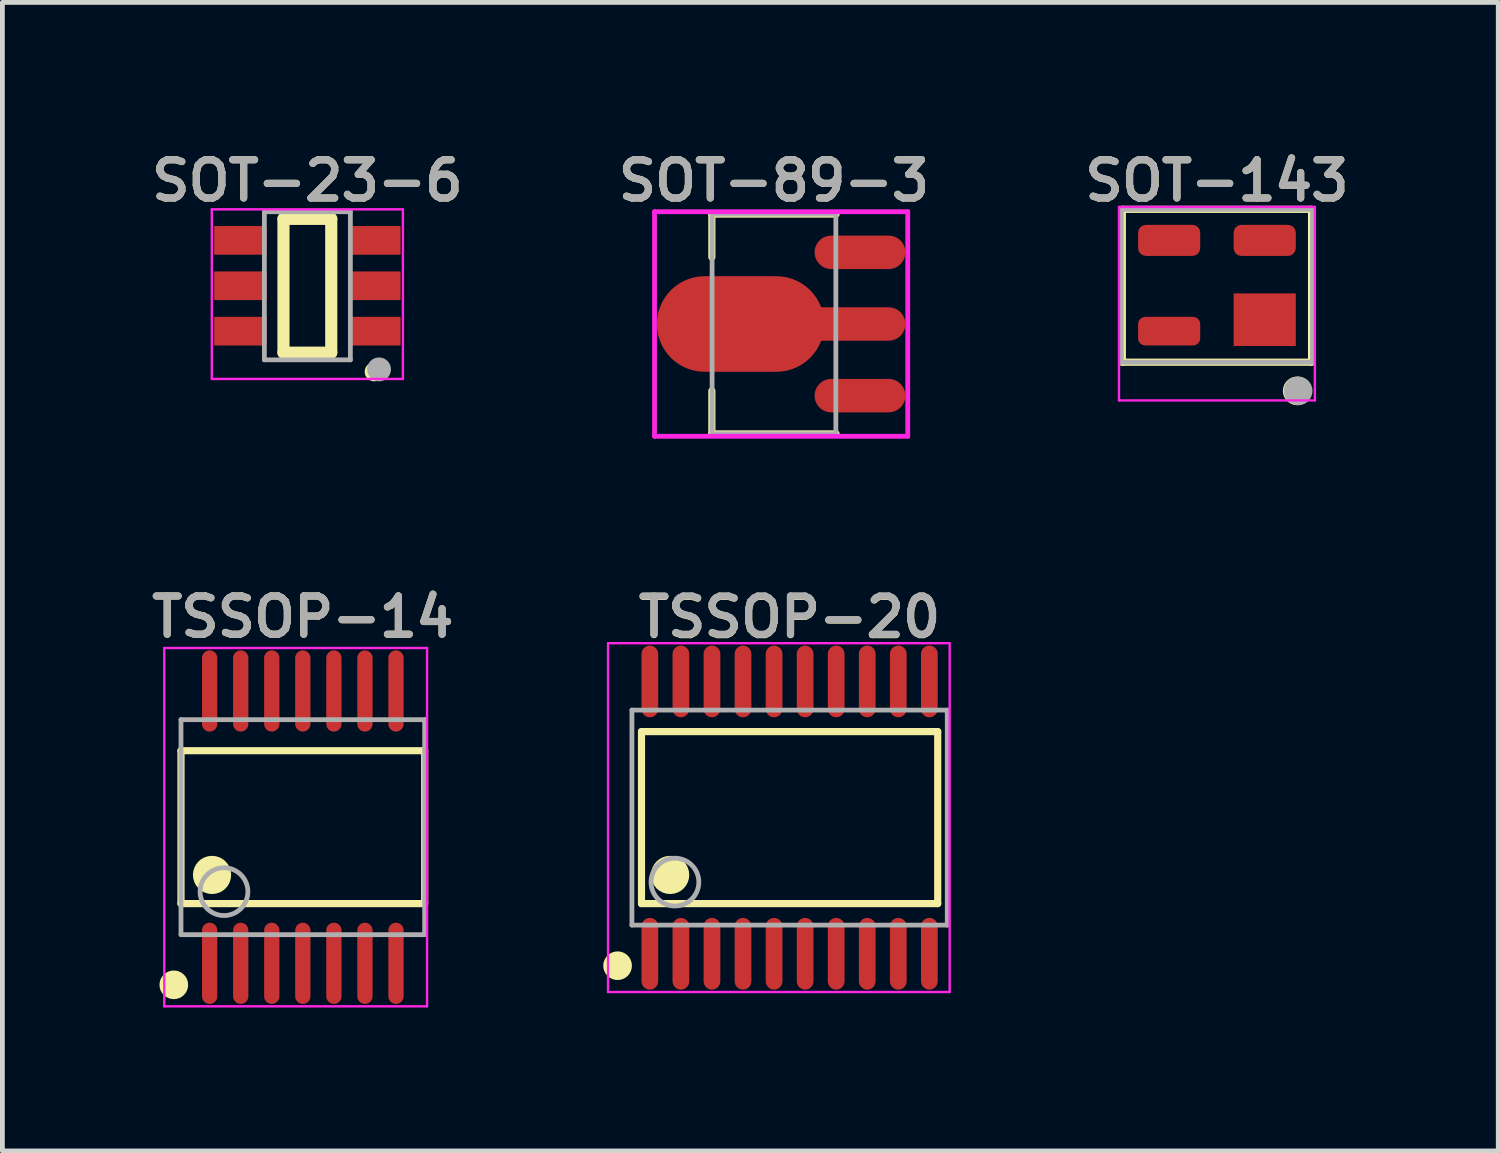
<source format=kicad_pcb>
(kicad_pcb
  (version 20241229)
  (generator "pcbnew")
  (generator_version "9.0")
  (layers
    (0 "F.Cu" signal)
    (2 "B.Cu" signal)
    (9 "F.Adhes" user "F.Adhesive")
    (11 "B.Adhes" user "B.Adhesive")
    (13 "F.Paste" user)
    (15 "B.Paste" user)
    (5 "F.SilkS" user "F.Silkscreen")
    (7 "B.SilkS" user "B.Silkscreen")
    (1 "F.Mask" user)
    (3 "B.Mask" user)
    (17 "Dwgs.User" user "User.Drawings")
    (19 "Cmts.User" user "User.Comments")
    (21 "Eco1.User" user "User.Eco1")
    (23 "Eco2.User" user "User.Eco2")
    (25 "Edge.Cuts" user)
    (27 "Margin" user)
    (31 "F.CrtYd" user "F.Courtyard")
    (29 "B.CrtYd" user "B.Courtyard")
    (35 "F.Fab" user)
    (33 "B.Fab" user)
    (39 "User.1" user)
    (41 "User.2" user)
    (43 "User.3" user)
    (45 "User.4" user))
  (footprint "TSSOP-14"
    (layer "F.Cu")
    (at 3.288 14.262)
    (property "Reference" "TSSOP-14" (at 0 -4.4 0) (layer "F.SilkS") (effects (font (size 0.8 0.8) (thickness 0.15))))
    (attr smd)
    (fp_line (start -2.55 -1.6) (end 2.55 -1.6) (stroke (width 0.15) (type solid)) (layer "F.SilkS"))
    (fp_line (start -2.55 1.6) (end -2.55 -1.6) (stroke (width 0.15) (type solid)) (layer "F.SilkS"))
    (fp_line (start -2.55 1.6) (end 2.55 1.6) (stroke (width 0.15) (type solid)) (layer "F.SilkS"))
    (fp_line (start 2.55 1.6) (end 2.55 -1.6) (stroke (width 0.15) (type solid)) (layer "F.SilkS"))
    (fp_circle (center -2.7 3.3) (end -2.55 3.3) (stroke (width 0.3) (type solid)) (fill no) (layer "F.SilkS"))
    (fp_circle (center -1.9 1) (end -1.7 1) (stroke (width 0.4) (type solid)) (fill no) (layer "F.SilkS"))
    (fp_line (start -2.9 -3.75) (end 2.6 -3.75) (stroke (width 0.05) (type solid)) (layer "F.CrtYd"))
    (fp_line (start -2.9 3.75) (end -2.9 -3.75) (stroke (width 0.05) (type solid)) (layer "F.CrtYd"))
    (fp_line (start 2.6 -3.75) (end 2.6 3.75) (stroke (width 0.05) (type solid)) (layer "F.CrtYd"))
    (fp_line (start 2.6 3.75) (end -2.9 3.75) (stroke (width 0.05) (type solid)) (layer "F.CrtYd"))
    (fp_line (start -2.55 -2.25) (end 2.55 -2.25) (stroke (width 0.1) (type solid)) (layer "F.Fab"))
    (fp_line (start -2.55 2.25) (end -2.55 -2.25) (stroke (width 0.1) (type solid)) (layer "F.Fab"))
    (fp_line (start -2.55 2.25) (end 2.55 2.25) (stroke (width 0.1) (type solid)) (layer "F.Fab"))
    (fp_line (start 2.55 -2.25) (end 2.55 2.25) (stroke (width 0.1) (type solid)) (layer "F.Fab"))
    (fp_circle (center -1.65 1.35) (end -1.15 1.35) (stroke (width 0.1) (type solid)) (fill no) (layer "F.Fab"))
    (fp_text user "${REFERENCE}" (at 0 -4.4 0) (layer "F.Fab") (effects (font (size 0.8 0.8) (thickness 0.15))))
    (pad "1" smd oval (at -1.95 2.85 180) (size 0.32 1.7) (layers "F.Cu" "F.Mask" "F.Paste"))
    (pad "2" smd oval (at -1.3 2.85 180) (size 0.32 1.7) (layers "F.Cu" "F.Mask" "F.Paste"))
    (pad "3" smd oval (at -0.65 2.85 180) (size 0.32 1.7) (layers "F.Cu" "F.Mask" "F.Paste"))
    (pad "4" smd oval (at 0 2.85 180) (size 0.32 1.7) (layers "F.Cu" "F.Mask" "F.Paste"))
    (pad "5" smd oval (at 0.65 2.85 180) (size 0.32 1.7) (layers "F.Cu" "F.Mask" "F.Paste"))
    (pad "6" smd oval (at 1.3 2.85 180) (size 0.32 1.7) (layers "F.Cu" "F.Mask" "F.Paste"))
    (pad "7" smd oval (at 1.95 2.85 180) (size 0.32 1.7) (layers "F.Cu" "F.Mask" "F.Paste"))
    (pad "8" smd oval (at 1.95 -2.85 180) (size 0.32 1.7) (layers "F.Cu" "F.Mask" "F.Paste"))
    (pad "9" smd oval (at 1.3 -2.85 180) (size 0.32 1.7) (layers "F.Cu" "F.Mask" "F.Paste"))
    (pad "10" smd oval (at 0.65 -2.85 180) (size 0.32 1.7) (layers "F.Cu" "F.Mask" "F.Paste"))
    (pad "11" smd oval (at 0 -2.85 180) (size 0.32 1.7) (layers "F.Cu" "F.Mask" "F.Paste"))
    (pad "12" smd oval (at -0.65 -2.85 180) (size 0.32 1.7) (layers "F.Cu" "F.Mask" "F.Paste"))
    (pad "13" smd oval (at -1.3 -2.85 180) (size 0.32 1.7) (layers "F.Cu" "F.Mask" "F.Paste"))
    (pad "14" smd oval (at -1.95 -2.85 180) (size 0.32 1.7) (layers "F.Cu" "F.Mask" "F.Paste")))
  (footprint "SOT-89-3"
    (layer "F.Cu")
    (at 13.149 3.731)
    (property "Reference" "SOT-89-3" (at 0 -3 0) (layer "F.SilkS") (effects (font (size 0.8 0.8) (thickness 0.15))))
    (attr smd)
    (fp_line (start -1.3 -2.3) (end 1.3 -2.3) (stroke (width 0.15) (type solid)) (layer "F.SilkS"))
    (fp_line (start -1.3 -1.4) (end -1.3 -2.3) (stroke (width 0.15) (type solid)) (layer "F.SilkS"))
    (fp_line (start -1.3 2.3) (end -1.3 1.4) (stroke (width 0.15) (type solid)) (layer "F.SilkS"))
    (fp_line (start -1.3 2.3) (end 1.3 2.3) (stroke (width 0.15) (type solid)) (layer "F.SilkS"))
    (fp_line (start -2.5 -2.35) (end 2.8 -2.35) (stroke (width 0.1) (type solid)) (layer "F.CrtYd"))
    (fp_line (start -2.5 2.35) (end -2.5 -2.35) (stroke (width 0.1) (type solid)) (layer "F.CrtYd"))
    (fp_line (start 2.8 -2.35) (end 2.8 2.35) (stroke (width 0.1) (type solid)) (layer "F.CrtYd"))
    (fp_line (start 2.8 2.35) (end -2.5 2.35) (stroke (width 0.1) (type solid)) (layer "F.CrtYd"))
    (fp_line (start -1.295 -2.3) (end 1.295 -2.3) (stroke (width 0.1) (type solid)) (layer "F.Fab"))
    (fp_line (start -1.295 2.3) (end -1.295 -2.3) (stroke (width 0.1) (type solid)) (layer "F.Fab"))
    (fp_line (start -1.295 2.3) (end 1.295 2.3) (stroke (width 0.1) (type solid)) (layer "F.Fab"))
    (fp_line (start 1.295 2.3) (end 1.295 -2.3) (stroke (width 0.1) (type solid)) (layer "F.Fab"))
    (fp_text user "${REFERENCE}" (at 0 -3 0) (layer "F.Fab") (effects (font (size 0.8 0.8) (thickness 0.15))))
    (pad "1" smd oval (at 1.8 1.5 270) (size 0.7 1.9) (layers "F.Cu" "F.Mask" "F.Paste"))
    (pad "2" smd oval (at -0.7 0 270) (size 2 3.5) (layers "F.Cu" "F.Mask" "F.Paste"))
    (pad "2" smd oval (at 1.7 0 270) (size 0.7 2.1) (layers "F.Cu" "F.Mask" "F.Paste"))
    (pad "3" smd oval (at 1.8 -1.5 270) (size 0.7 1.9) (layers "F.Cu" "F.Mask" "F.Paste")))
  (footprint "SOT-23-6"
    (layer "F.Cu")
    (at 3.383 2.931)
    (property "Reference" "SOT-23-6" (at 0 -2.2 0) (layer "F.SilkS") (effects (font (size 0.8 0.8) (thickness 0.15))))
    (attr smd)
    (fp_line (start -0.5 -1.4) (end 0.5 -1.4) (stroke (width 0.254) (type solid)) (layer "F.SilkS"))
    (fp_line (start -0.5 1.4) (end -0.5 -1.4) (stroke (width 0.254) (type solid)) (layer "F.SilkS"))
    (fp_line (start -0.5 1.4) (end 0.5 1.4) (stroke (width 0.254) (type solid)) (layer "F.SilkS"))
    (fp_line (start 0.5 1.4) (end 0.5 -1.4) (stroke (width 0.254) (type solid)) (layer "F.SilkS"))
    (fp_circle (center 1.4 1.8) (end 1.5 1.8) (stroke (width 0.2) (type solid)) (fill no) (layer "F.SilkS"))
    (fp_line (start -2 -1.6) (end 2 -1.6) (stroke (width 0.05) (type solid)) (layer "F.CrtYd"))
    (fp_line (start -2 1.95) (end -2 -1.6) (stroke (width 0.05) (type solid)) (layer "F.CrtYd"))
    (fp_line (start 2 -1.6) (end 2 1.95) (stroke (width 0.05) (type solid)) (layer "F.CrtYd"))
    (fp_line (start 2 1.95) (end -2 1.95) (stroke (width 0.05) (type solid)) (layer "F.CrtYd"))
    (fp_line (start -0.9 -1.55) (end 0.9 -1.55) (stroke (width 0.1) (type solid)) (layer "F.Fab"))
    (fp_line (start -0.9 1.55) (end -0.9 -1.55) (stroke (width 0.1) (type solid)) (layer "F.Fab"))
    (fp_line (start -0.9 1.55) (end 0.9 1.55) (stroke (width 0.1) (type solid)) (layer "F.Fab"))
    (fp_line (start 0.9 1.55) (end 0.9 -1.55) (stroke (width 0.1) (type solid)) (layer "F.Fab"))
    (fp_circle (center 1.5 1.75) (end 1.625 1.75) (stroke (width 0.25) (type solid)) (fill no) (layer "F.Fab"))
    (fp_text user "${REFERENCE}" (at 0 -2.2 0) (layer "F.Fab") (effects (font (size 0.8 0.8) (thickness 0.15))))
    (pad "1" smd rect (at 1.4 0.95 270) (size 0.6 1.1) (layers "F.Cu" "F.Mask" "F.Paste"))
    (pad "2" smd rect (at 1.4 0 270) (size 0.6 1.1) (layers "F.Cu" "F.Mask" "F.Paste"))
    (pad "3" smd rect (at 1.4 -0.95 270) (size 0.6 1.1) (layers "F.Cu" "F.Mask" "F.Paste"))
    (pad "4" smd rect (at -1.4 -0.95 270) (size 0.6 1.1) (layers "F.Cu" "F.Mask" "F.Paste"))
    (pad "5" smd rect (at -1.4 0 270) (size 0.6 1.1) (layers "F.Cu" "F.Mask" "F.Paste"))
    (pad "6" smd rect (at -1.4 0.95 270) (size 0.6 1.1) (layers "F.Cu" "F.Mask" "F.Paste")))
  (footprint "TSSOP-20"
    (layer "F.Cu")
    (at 13.476 14.062)
    (property "Reference" "TSSOP-20" (at 0 -4.192 0) (layer "F.SilkS") (effects (font (size 0.8 0.8) (thickness 0.15))))
    (attr smd)
    (fp_line (start -3.1 -1.8) (end 3.1 -1.8) (stroke (width 0.15) (type solid)) (layer "F.SilkS"))
    (fp_line (start -3.1 1.8) (end -3.1 -1.8) (stroke (width 0.15) (type solid)) (layer "F.SilkS"))
    (fp_line (start -3.1 1.8) (end 3.1 1.8) (stroke (width 0.15) (type solid)) (layer "F.SilkS"))
    (fp_line (start 3.1 1.8) (end 3.1 -1.8) (stroke (width 0.15) (type solid)) (layer "F.SilkS"))
    (fp_circle (center -3.6 3.1) (end -3.45 3.1) (stroke (width 0.3) (type solid)) (fill no) (layer "F.SilkS"))
    (fp_circle (center -2.5 1.2) (end -2.3 1.2) (stroke (width 0.4) (type solid)) (fill no) (layer "F.SilkS"))
    (fp_line (start -3.8 -3.65) (end 3.35 -3.65) (stroke (width 0.05) (type solid)) (layer "F.CrtYd"))
    (fp_line (start -3.8 3.65) (end -3.8 -3.65) (stroke (width 0.05) (type solid)) (layer "F.CrtYd"))
    (fp_line (start 3.35 -3.65) (end 3.35 3.65) (stroke (width 0.05) (type solid)) (layer "F.CrtYd"))
    (fp_line (start 3.35 3.65) (end -3.8 3.65) (stroke (width 0.05) (type solid)) (layer "F.CrtYd"))
    (fp_line (start -3.3 -2.25) (end -3.3 2.25) (stroke (width 0.1) (type solid)) (layer "F.Fab"))
    (fp_line (start -3.3 -2.25) (end 3.3 -2.25) (stroke (width 0.1) (type solid)) (layer "F.Fab"))
    (fp_line (start -3.3 2.25) (end 3.3 2.25) (stroke (width 0.1) (type solid)) (layer "F.Fab"))
    (fp_line (start 3.3 2.25) (end 3.3 -2.25) (stroke (width 0.1) (type solid)) (layer "F.Fab"))
    (fp_circle (center -2.4 1.35) (end -1.9 1.35) (stroke (width 0.1) (type solid)) (fill no) (layer "F.Fab"))
    (fp_text user "${REFERENCE}" (at 0 -4.2 0) (layer "F.Fab") (effects (font (size 0.8 0.8) (thickness 0.15))))
    (pad "1" smd oval (at -2.925 2.85 180) (size 0.35 1.5) (layers "F.Cu" "F.Mask" "F.Paste"))
    (pad "2" smd oval (at -2.275 2.85 180) (size 0.35 1.5) (layers "F.Cu" "F.Mask" "F.Paste"))
    (pad "3" smd oval (at -1.625 2.85 180) (size 0.35 1.5) (layers "F.Cu" "F.Mask" "F.Paste"))
    (pad "4" smd oval (at -0.975 2.85 180) (size 0.35 1.5) (layers "F.Cu" "F.Mask" "F.Paste"))
    (pad "5" smd oval (at -0.325 2.85 180) (size 0.35 1.5) (layers "F.Cu" "F.Mask" "F.Paste"))
    (pad "6" smd oval (at 0.325 2.85 180) (size 0.35 1.5) (layers "F.Cu" "F.Mask" "F.Paste"))
    (pad "7" smd oval (at 0.975 2.85 180) (size 0.35 1.5) (layers "F.Cu" "F.Mask" "F.Paste"))
    (pad "8" smd oval (at 1.625 2.85 180) (size 0.35 1.5) (layers "F.Cu" "F.Mask" "F.Paste"))
    (pad "9" smd oval (at 2.275 2.85 180) (size 0.35 1.5) (layers "F.Cu" "F.Mask" "F.Paste"))
    (pad "10" smd oval (at 2.925 2.85 180) (size 0.35 1.5) (layers "F.Cu" "F.Mask" "F.Paste"))
    (pad "11" smd oval (at 2.925 -2.85 180) (size 0.35 1.5) (layers "F.Cu" "F.Mask" "F.Paste"))
    (pad "12" smd oval (at 2.275 -2.85 180) (size 0.35 1.5) (layers "F.Cu" "F.Mask" "F.Paste"))
    (pad "13" smd oval (at 1.625 -2.85 180) (size 0.35 1.5) (layers "F.Cu" "F.Mask" "F.Paste"))
    (pad "14" smd oval (at 0.975 -2.85 180) (size 0.35 1.5) (layers "F.Cu" "F.Mask" "F.Paste"))
    (pad "15" smd oval (at 0.325 -2.85 180) (size 0.35 1.5) (layers "F.Cu" "F.Mask" "F.Paste"))
    (pad "16" smd oval (at -0.325 -2.85 180) (size 0.35 1.5) (layers "F.Cu" "F.Mask" "F.Paste"))
    (pad "17" smd oval (at -0.975 -2.85 180) (size 0.35 1.5) (layers "F.Cu" "F.Mask" "F.Paste"))
    (pad "18" smd oval (at -1.625 -2.85 180) (size 0.35 1.5) (layers "F.Cu" "F.Mask" "F.Paste"))
    (pad "19" smd oval (at -2.275 -2.85 180) (size 0.35 1.5) (layers "F.Cu" "F.Mask" "F.Paste"))
    (pad "20" smd oval (at -2.925 -2.85 180) (size 0.35 1.5) (layers "F.Cu" "F.Mask" "F.Paste")))
  (footprint "SOT-143"
    (layer "F.Cu")
    (at 22.42 2.931)
    (property "Reference" "SOT-143" (at 0 -2.2 0) (layer "F.SilkS") (effects (font (size 0.8 0.8) (thickness 0.15))))
    (attr smd)
    (fp_line (start -1.98 -1.6) (end 1.98 -1.6) (stroke (width 0.15) (type solid)) (layer "F.SilkS"))
    (fp_line (start -1.98 1.6) (end -1.98 -1.6) (stroke (width 0.15) (type solid)) (layer "F.SilkS"))
    (fp_line (start -1.98 1.6) (end 1.98 1.6) (stroke (width 0.15) (type solid)) (layer "F.SilkS"))
    (fp_line (start 1.98 1.6) (end 1.98 -1.6) (stroke (width 0.15) (type solid)) (layer "F.SilkS"))
    (fp_circle (center 1.68 2.2) (end 1.83 2.2) (stroke (width 0.3) (type solid)) (fill no) (layer "F.SilkS"))
    (fp_line (start -2.05 -1.65) (end 2.05 -1.65) (stroke (width 0.05) (type solid)) (layer "F.CrtYd"))
    (fp_line (start -2.05 2.4) (end -2.05 -1.65) (stroke (width 0.05) (type solid)) (layer "F.CrtYd"))
    (fp_line (start 2.05 -1.65) (end 2.05 2.4) (stroke (width 0.05) (type solid)) (layer "F.CrtYd"))
    (fp_line (start 2.05 2.4) (end -2.05 2.4) (stroke (width 0.05) (type solid)) (layer "F.CrtYd"))
    (fp_line (start -2 -1.6) (end 2 -1.6) (stroke (width 0.1) (type solid)) (layer "F.Fab"))
    (fp_line (start -2 1.6) (end -2 -1.6) (stroke (width 0.1) (type solid)) (layer "F.Fab"))
    (fp_line (start -2 1.6) (end 2 1.6) (stroke (width 0.1) (type solid)) (layer "F.Fab"))
    (fp_line (start 2 1.6) (end 2 -1.6) (stroke (width 0.1) (type solid)) (layer "F.Fab"))
    (fp_circle (center 1.7 2.2) (end 1.85 2.2) (stroke (width 0.3) (type solid)) (fill no) (layer "F.Fab"))
    (fp_text user "${REFERENCE}" (at 0 -2.2 0) (layer "F.Fab") (effects (font (size 0.8 0.8) (thickness 0.15))))
    (pad "1" smd rect (at 1 0.71) (size 1.3 1.1) (layers "F.Cu" "F.Mask" "F.Paste"))
    (pad "2" smd roundrect (at 1 -0.95) (size 1.3 0.65) (layers "F.Cu" "F.Mask" "F.Paste") (roundrect_rratio 0.25))
    (pad "3" smd roundrect (at -1 -0.95) (size 1.3 0.65) (layers "F.Cu" "F.Mask" "F.Paste") (roundrect_rratio 0.25))
    (pad "4" smd roundrect (at -1 0.95) (size 1.3 0.6) (layers "F.Cu" "F.Mask" "F.Paste") (roundrect_rratio 0.25)))
  (gr_rect
    (start -3 -3)
    (end 28.308 21.038)
    (stroke (width 0.1) (type default))
    (fill no)
    (layer "Edge.Cuts")))
</source>
